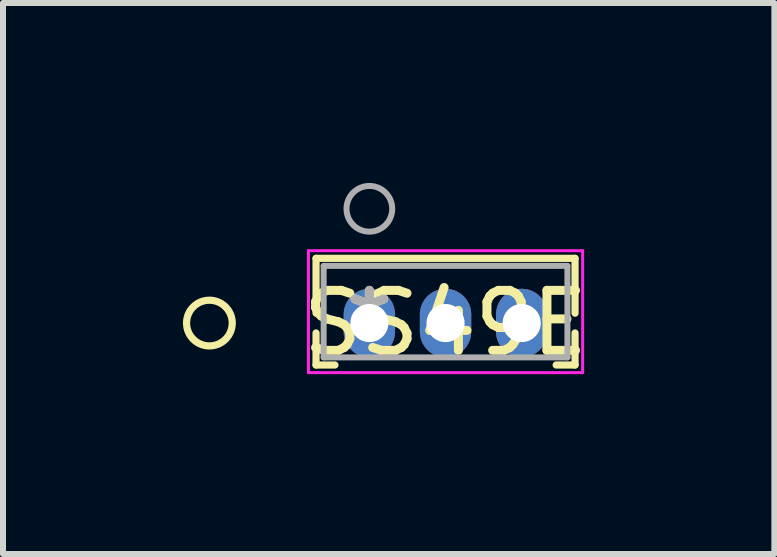
<source format=kicad_pcb>
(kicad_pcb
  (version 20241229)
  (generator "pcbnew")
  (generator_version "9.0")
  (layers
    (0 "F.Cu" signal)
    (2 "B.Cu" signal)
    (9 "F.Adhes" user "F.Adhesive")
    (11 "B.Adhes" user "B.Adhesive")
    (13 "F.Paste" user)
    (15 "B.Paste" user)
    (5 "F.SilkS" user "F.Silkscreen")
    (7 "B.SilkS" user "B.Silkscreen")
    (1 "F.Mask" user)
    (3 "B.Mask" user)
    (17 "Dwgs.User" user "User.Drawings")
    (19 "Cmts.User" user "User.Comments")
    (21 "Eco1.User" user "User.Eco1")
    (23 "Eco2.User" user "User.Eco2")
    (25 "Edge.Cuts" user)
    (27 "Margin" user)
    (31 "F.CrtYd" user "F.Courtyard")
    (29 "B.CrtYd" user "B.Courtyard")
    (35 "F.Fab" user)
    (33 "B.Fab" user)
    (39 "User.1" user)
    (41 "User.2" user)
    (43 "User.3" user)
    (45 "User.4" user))
  (footprint "SS49E"
    (layer "F.Cu")
    (at 3.108 2.336)
    (property "Reference" "SS49E" (at 1.27 0 0) (layer "F.SilkS") (effects (font (size 1 1) (thickness 0.15))))
    (attr through_hole)
    (fp_line (start -0.889 -1.079) (end -0.889 -0.165) (stroke (width 0.12) (type solid)) (layer "F.SilkS"))
    (fp_line (start -0.889 0.165) (end -0.889 0.699) (stroke (width 0.12) (type solid)) (layer "F.SilkS"))
    (fp_line (start -0.889 0.699) (end -0.574 0.699) (stroke (width 0.12) (type solid)) (layer "F.SilkS"))
    (fp_line (start 3.114 0.699) (end 3.429 0.699) (stroke (width 0.12) (type solid)) (layer "F.SilkS"))
    (fp_line (start 3.429 -1.079) (end -0.889 -1.079) (stroke (width 0.12) (type solid)) (layer "F.SilkS"))
    (fp_line (start 3.429 -0.165) (end 3.429 -1.079) (stroke (width 0.12) (type solid)) (layer "F.SilkS"))
    (fp_line (start 3.429 0.699) (end 3.429 0.165) (stroke (width 0.12) (type solid)) (layer "F.SilkS"))
    (fp_circle (center -2.667 0) (end -2.286 0) (stroke (width 0.12) (type solid)) (fill no) (layer "F.SilkS"))
    (fp_line (start -1.016 -1.206) (end -1.016 0.826) (stroke (width 0.05) (type solid)) (layer "F.CrtYd"))
    (fp_line (start -1.016 0.826) (end 3.556 0.826) (stroke (width 0.05) (type solid)) (layer "F.CrtYd"))
    (fp_line (start 3.556 -1.206) (end -1.016 -1.206) (stroke (width 0.05) (type solid)) (layer "F.CrtYd"))
    (fp_line (start 3.556 0.826) (end 3.556 -1.206) (stroke (width 0.05) (type solid)) (layer "F.CrtYd"))
    (fp_line (start -0.762 -0.953) (end -0.762 0.572) (stroke (width 0.1) (type solid)) (layer "F.Fab"))
    (fp_line (start -0.762 0.572) (end 3.302 0.572) (stroke (width 0.1) (type solid)) (layer "F.Fab"))
    (fp_line (start 3.302 -0.953) (end -0.762 -0.953) (stroke (width 0.1) (type solid)) (layer "F.Fab"))
    (fp_line (start 3.302 0.572) (end 3.302 -0.953) (stroke (width 0.1) (type solid)) (layer "F.Fab"))
    (fp_circle (center 0 -1.905) (end 0.381 -1.905) (stroke (width 0.1) (type solid)) (fill no) (layer "F.Fab"))
    (fp_text user "*" (at 0 0 0) (layer "F.SilkS") (effects (font (size 1 1) (thickness 0.15))))
    (fp_text user "*" (at 0 0 0) (layer "F.Fab") (effects (font (size 1 1) (thickness 0.15))))
    (pad "1" thru_hole oval (at 0 0) (size 0.857 1.143) (drill 0.635) (layers "*.Cu" "*.Mask"))
    (pad "2" thru_hole oval (at 1.27 0) (size 0.857 1.143) (drill 0.635) (layers "*.Cu" "*.Mask"))
    (pad "3" thru_hole oval (at 2.54 0) (size 0.857 1.143) (drill 0.635) (layers "*.Cu" "*.Mask")))
  (gr_rect
    (start -3 -3)
    (end 9.86 6.186)
    (stroke (width 0.1) (type default))
    (fill no)
    (layer "Edge.Cuts")))
</source>
